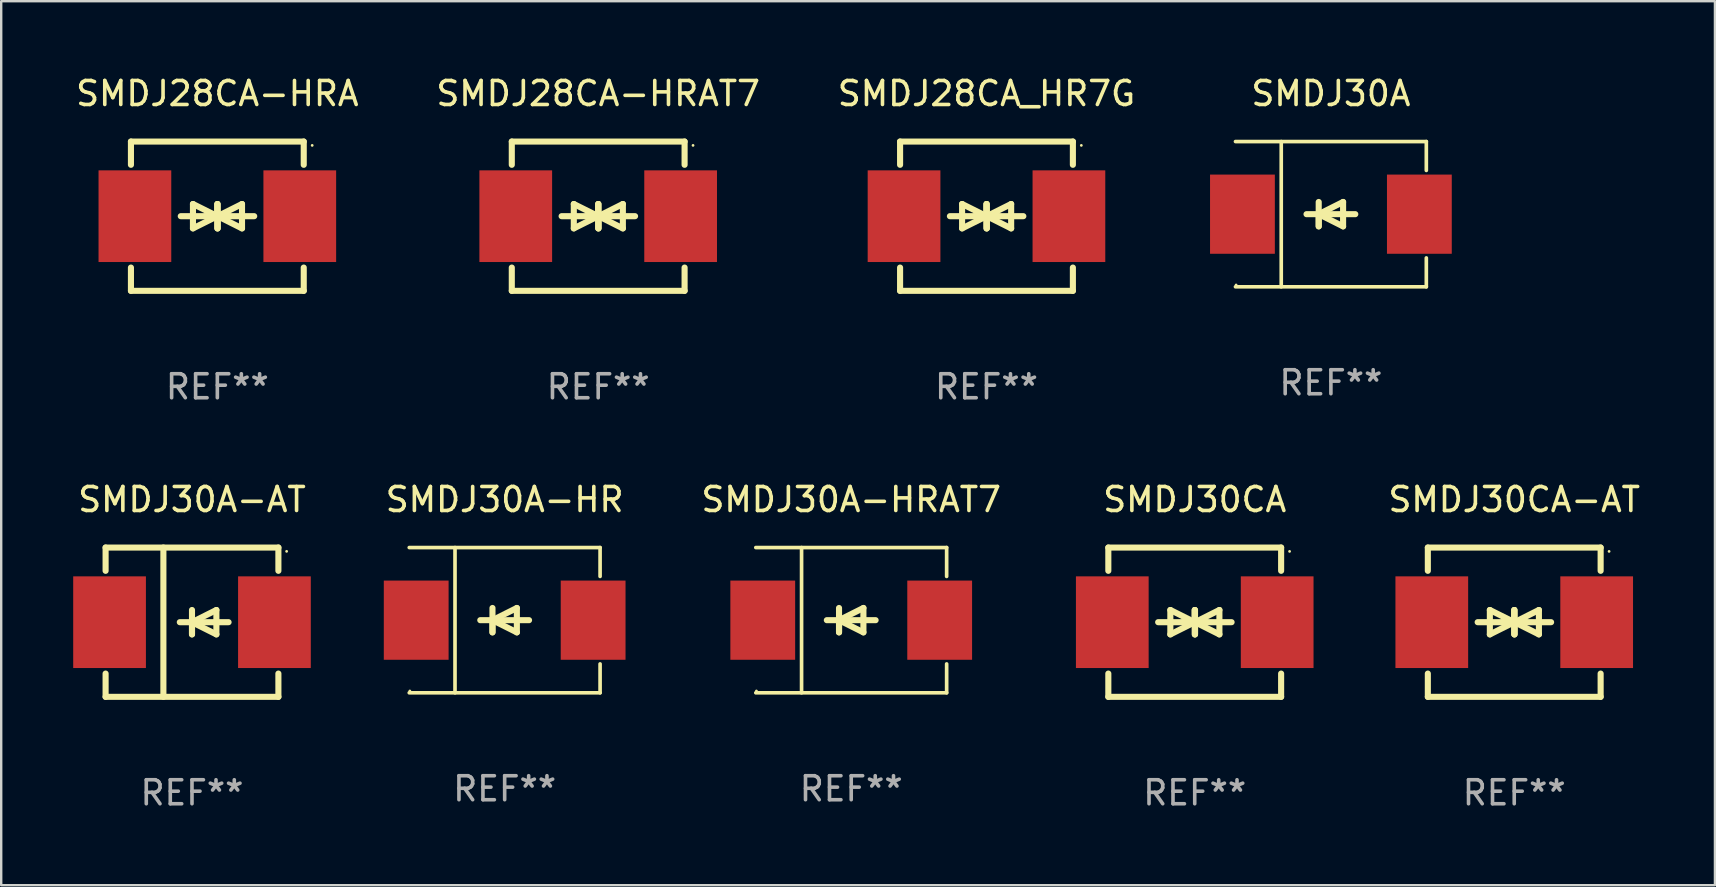
<source format=kicad_pcb>
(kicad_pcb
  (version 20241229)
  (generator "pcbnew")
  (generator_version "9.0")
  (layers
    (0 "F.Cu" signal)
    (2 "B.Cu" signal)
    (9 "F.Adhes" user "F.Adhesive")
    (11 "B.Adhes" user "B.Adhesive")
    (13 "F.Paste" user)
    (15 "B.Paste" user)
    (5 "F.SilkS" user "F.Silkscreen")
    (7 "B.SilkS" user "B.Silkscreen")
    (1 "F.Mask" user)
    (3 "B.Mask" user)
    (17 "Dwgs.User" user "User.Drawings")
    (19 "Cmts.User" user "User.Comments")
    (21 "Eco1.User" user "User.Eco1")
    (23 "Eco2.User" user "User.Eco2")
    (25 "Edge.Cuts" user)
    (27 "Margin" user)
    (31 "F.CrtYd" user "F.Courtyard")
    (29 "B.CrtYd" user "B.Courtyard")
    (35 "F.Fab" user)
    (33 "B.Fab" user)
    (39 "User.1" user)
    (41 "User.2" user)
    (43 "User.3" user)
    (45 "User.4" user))
  (footprint "SMDJ30A-AT"
    (layer "F.Cu")
    (at 4.95 22.875)
    (property "Reference" "SMDJ30A-AT" (at 0 -5.11 0) (layer "F.SilkS") (effects (font (size 1 1) (thickness 0.15))))
    (attr through_hole)
    (fp_line (start -3.6 -3.11) (end -3.6 -2.141) (stroke (width 0.254) (type solid)) (layer "F.SilkS"))
    (fp_line (start -3.6 -3.11) (end 3.6 -3.11) (stroke (width 0.254) (type solid)) (layer "F.SilkS"))
    (fp_line (start -3.6 2.141) (end -3.6 3.11) (stroke (width 0.254) (type solid)) (layer "F.SilkS"))
    (fp_line (start -3.6 3.11) (end 3.6 3.11) (stroke (width 0.254) (type solid)) (layer "F.SilkS"))
    (fp_line (start -1.192 -3.11) (end -1.192 3.11) (stroke (width 0.254) (type solid)) (layer "F.SilkS"))
    (fp_line (start 0 0) (end 0 0.508) (stroke (width 0.254) (type solid)) (layer "F.SilkS"))
    (fp_line (start 0 0) (end 1.016 0.508) (stroke (width 0.254) (type solid)) (layer "F.SilkS"))
    (fp_line (start 0 0.508) (end 0 -0.508) (stroke (width 0.254) (type solid)) (layer "F.SilkS"))
    (fp_line (start 1.016 -0.508) (end 0 0) (stroke (width 0.254) (type solid)) (layer "F.SilkS"))
    (fp_line (start 1.016 0.508) (end 1.016 -0.508) (stroke (width 0.254) (type solid)) (layer "F.SilkS"))
    (fp_line (start 1.524 0) (end -0.508 0) (stroke (width 0.254) (type solid)) (layer "F.SilkS"))
    (fp_line (start 3.6 -3.11) (end 3.6 -2.141) (stroke (width 0.254) (type solid)) (layer "F.SilkS"))
    (fp_line (start 3.6 2.141) (end 3.6 3.11) (stroke (width 0.254) (type solid)) (layer "F.SilkS"))
    (fp_circle (center 3.943 -2.952) (end 3.973 -2.952) (stroke (width 0.06) (type solid)) (fill no) (layer "F.SilkS"))
    (fp_text user "REF**" (at 0 7.11 0) (layer "F.Fab") (effects (font (size 1 1) (thickness 0.15))))
    (pad "1" smd rect (at 3.435 0 180) (size 3.03 3.82) (layers "F.Cu" "F.Mask" "F.Paste"))
    (pad "2" smd rect (at -3.435 0 180) (size 3.03 3.82) (layers "F.Cu" "F.Mask" "F.Paste")))
  (footprint "SMDJ30A-HRAT7"
    (layer "F.Cu")
    (at 32.418 22.791)
    (property "Reference" "SMDJ30A-HRAT7" (at 0 -5.026 0) (layer "F.SilkS") (effects (font (size 1 1) (thickness 0.15))))
    (attr through_hole)
    (fp_line (start -3.976 -3.026) (end 3.976 -3.026) (stroke (width 0.152) (type solid)) (layer "F.SilkS"))
    (fp_line (start -3.976 3.026) (end 3.976 3.026) (stroke (width 0.152) (type solid)) (layer "F.SilkS"))
    (fp_line (start -2.069 -3.026) (end -2.069 3.026) (stroke (width 0.152) (type solid)) (layer "F.SilkS"))
    (fp_line (start -0.508 0) (end -0.508 0.508) (stroke (width 0.254) (type solid)) (layer "F.SilkS"))
    (fp_line (start -0.508 0) (end 0.508 0.508) (stroke (width 0.254) (type solid)) (layer "F.SilkS"))
    (fp_line (start -0.508 0.508) (end -0.508 -0.508) (stroke (width 0.254) (type solid)) (layer "F.SilkS"))
    (fp_line (start 0.508 -0.508) (end -0.508 0) (stroke (width 0.254) (type solid)) (layer "F.SilkS"))
    (fp_line (start 0.508 0.508) (end 0.508 -0.508) (stroke (width 0.254) (type solid)) (layer "F.SilkS"))
    (fp_line (start 1.016 0) (end -1.016 0) (stroke (width 0.254) (type solid)) (layer "F.SilkS"))
    (fp_line (start 3.976 -3.026) (end 3.976 -1.823) (stroke (width 0.152) (type solid)) (layer "F.SilkS"))
    (fp_line (start 3.976 3.026) (end 3.976 1.823) (stroke (width 0.152) (type solid)) (layer "F.SilkS"))
    (fp_circle (center -3.95 2.95) (end -3.92 2.95) (stroke (width 0.06) (type solid)) (fill no) (layer "F.SilkS"))
    (fp_text user "REF**" (at 0 7.026 0) (layer "F.Fab") (effects (font (size 1 1) (thickness 0.15))))
    (pad "1" smd rect (at -3.686 0) (size 2.7 3.3) (layers "F.Cu" "F.Mask" "F.Paste"))
    (pad "2" smd rect (at 3.686 0) (size 2.7 3.3) (layers "F.Cu" "F.Mask" "F.Paste")))
  (footprint "SMDJ30CA-AT"
    (layer "F.Cu")
    (at 60.044 22.875)
    (property "Reference" "SMDJ30CA-AT" (at 0 -5.11 0) (layer "F.SilkS") (effects (font (size 1 1) (thickness 0.15))))
    (attr through_hole)
    (fp_line (start -3.6 -2.141) (end -3.6 -3.11) (stroke (width 0.254) (type solid)) (layer "F.SilkS"))
    (fp_line (start -3.6 3.11) (end -3.6 2.141) (stroke (width 0.254) (type solid)) (layer "F.SilkS"))
    (fp_line (start -1.524 0) (end 0.508 0) (stroke (width 0.254) (type solid)) (layer "F.SilkS"))
    (fp_line (start -1.016 -0.508) (end -1.016 0.508) (stroke (width 0.254) (type solid)) (layer "F.SilkS"))
    (fp_line (start -1.016 0.508) (end 0 0) (stroke (width 0.254) (type solid)) (layer "F.SilkS"))
    (fp_line (start 0 -0.508) (end 0 0.508) (stroke (width 0.254) (type solid)) (layer "F.SilkS"))
    (fp_line (start 0 0) (end -1.016 -0.508) (stroke (width 0.254) (type solid)) (layer "F.SilkS"))
    (fp_line (start 0 0) (end 0 -0.508) (stroke (width 0.254) (type solid)) (layer "F.SilkS"))
    (fp_line (start 0.012 0) (end 0.012 0.508) (stroke (width 0.254) (type solid)) (layer "F.SilkS"))
    (fp_line (start 0.012 0) (end 1.028 0.508) (stroke (width 0.254) (type solid)) (layer "F.SilkS"))
    (fp_line (start 0.012 0.508) (end 0.012 -0.508) (stroke (width 0.254) (type solid)) (layer "F.SilkS"))
    (fp_line (start 1.028 -0.508) (end 0.012 0) (stroke (width 0.254) (type solid)) (layer "F.SilkS"))
    (fp_line (start 1.028 0.508) (end 1.028 -0.508) (stroke (width 0.254) (type solid)) (layer "F.SilkS"))
    (fp_line (start 1.536 0) (end -0.496 0) (stroke (width 0.254) (type solid)) (layer "F.SilkS"))
    (fp_line (start 3.6 -3.11) (end -3.6 -3.11) (stroke (width 0.254) (type solid)) (layer "F.SilkS"))
    (fp_line (start 3.6 -2.141) (end 3.6 -3.11) (stroke (width 0.254) (type solid)) (layer "F.SilkS"))
    (fp_line (start 3.6 3.11) (end -3.6 3.11) (stroke (width 0.254) (type solid)) (layer "F.SilkS"))
    (fp_line (start 3.6 3.11) (end 3.6 2.141) (stroke (width 0.254) (type solid)) (layer "F.SilkS"))
    (fp_circle (center 3.952 -2.95) (end 3.982 -2.95) (stroke (width 0.06) (type solid)) (fill no) (layer "F.SilkS"))
    (fp_text user "REF**" (at 0 7.11 0) (layer "F.Fab") (effects (font (size 1 1) (thickness 0.15))))
    (pad "1" smd rect (at 3.435 0) (size 3.03 3.82) (layers "F.Cu" "F.Mask" "F.Paste"))
    (pad "2" smd rect (at -3.435 0) (size 3.03 3.82) (layers "F.Cu" "F.Mask" "F.Paste")))
  (footprint "SMDJ28CA-HRA"
    (layer "F.Cu")
    (at 6.006 5.958)
    (property "Reference" "SMDJ28CA-HRA" (at 0 -5.11 0) (layer "F.SilkS") (effects (font (size 1 1) (thickness 0.15))))
    (attr through_hole)
    (fp_line (start -3.6 -2.141) (end -3.6 -3.11) (stroke (width 0.254) (type solid)) (layer "F.SilkS"))
    (fp_line (start -3.6 3.11) (end -3.6 2.141) (stroke (width 0.254) (type solid)) (layer "F.SilkS"))
    (fp_line (start -1.524 0) (end 0.508 0) (stroke (width 0.254) (type solid)) (layer "F.SilkS"))
    (fp_line (start -1.016 -0.508) (end -1.016 0.508) (stroke (width 0.254) (type solid)) (layer "F.SilkS"))
    (fp_line (start -1.016 0.508) (end 0 0) (stroke (width 0.254) (type solid)) (layer "F.SilkS"))
    (fp_line (start 0 -0.508) (end 0 0.508) (stroke (width 0.254) (type solid)) (layer "F.SilkS"))
    (fp_line (start 0 0) (end -1.016 -0.508) (stroke (width 0.254) (type solid)) (layer "F.SilkS"))
    (fp_line (start 0 0) (end 0 -0.508) (stroke (width 0.254) (type solid)) (layer "F.SilkS"))
    (fp_line (start 0.012 0) (end 0.012 0.508) (stroke (width 0.254) (type solid)) (layer "F.SilkS"))
    (fp_line (start 0.012 0) (end 1.028 0.508) (stroke (width 0.254) (type solid)) (layer "F.SilkS"))
    (fp_line (start 0.012 0.508) (end 0.012 -0.508) (stroke (width 0.254) (type solid)) (layer "F.SilkS"))
    (fp_line (start 1.028 -0.508) (end 0.012 0) (stroke (width 0.254) (type solid)) (layer "F.SilkS"))
    (fp_line (start 1.028 0.508) (end 1.028 -0.508) (stroke (width 0.254) (type solid)) (layer "F.SilkS"))
    (fp_line (start 1.536 0) (end -0.496 0) (stroke (width 0.254) (type solid)) (layer "F.SilkS"))
    (fp_line (start 3.6 -3.11) (end -3.6 -3.11) (stroke (width 0.254) (type solid)) (layer "F.SilkS"))
    (fp_line (start 3.6 -2.141) (end 3.6 -3.11) (stroke (width 0.254) (type solid)) (layer "F.SilkS"))
    (fp_line (start 3.6 3.11) (end -3.6 3.11) (stroke (width 0.254) (type solid)) (layer "F.SilkS"))
    (fp_line (start 3.6 3.11) (end 3.6 2.141) (stroke (width 0.254) (type solid)) (layer "F.SilkS"))
    (fp_circle (center 3.952 -2.95) (end 3.982 -2.95) (stroke (width 0.06) (type solid)) (fill no) (layer "F.SilkS"))
    (fp_text user "REF**" (at 0 7.11 0) (layer "F.Fab") (effects (font (size 1 1) (thickness 0.15))))
    (pad "1" smd rect (at 3.435 0) (size 3.03 3.82) (layers "F.Cu" "F.Mask" "F.Paste"))
    (pad "2" smd rect (at -3.435 0) (size 3.03 3.82) (layers "F.Cu" "F.Mask" "F.Paste")))
  (footprint "SMDJ30A"
    (layer "F.Cu")
    (at 52.405 5.874)
    (property "Reference" "SMDJ30A" (at 0 -5.026 0) (layer "F.SilkS") (effects (font (size 1 1) (thickness 0.15))))
    (attr through_hole)
    (fp_line (start -3.976 -3.026) (end 3.976 -3.026) (stroke (width 0.152) (type solid)) (layer "F.SilkS"))
    (fp_line (start -3.976 3.026) (end 3.976 3.026) (stroke (width 0.152) (type solid)) (layer "F.SilkS"))
    (fp_line (start -2.069 -3.026) (end -2.069 3.026) (stroke (width 0.152) (type solid)) (layer "F.SilkS"))
    (fp_line (start -0.508 0) (end -0.508 0.508) (stroke (width 0.254) (type solid)) (layer "F.SilkS"))
    (fp_line (start -0.508 0) (end 0.508 0.508) (stroke (width 0.254) (type solid)) (layer "F.SilkS"))
    (fp_line (start -0.508 0.508) (end -0.508 -0.508) (stroke (width 0.254) (type solid)) (layer "F.SilkS"))
    (fp_line (start 0.508 -0.508) (end -0.508 0) (stroke (width 0.254) (type solid)) (layer "F.SilkS"))
    (fp_line (start 0.508 0.508) (end 0.508 -0.508) (stroke (width 0.254) (type solid)) (layer "F.SilkS"))
    (fp_line (start 1.016 0) (end -1.016 0) (stroke (width 0.254) (type solid)) (layer "F.SilkS"))
    (fp_line (start 3.976 -3.026) (end 3.976 -1.823) (stroke (width 0.152) (type solid)) (layer "F.SilkS"))
    (fp_line (start 3.976 3.026) (end 3.976 1.823) (stroke (width 0.152) (type solid)) (layer "F.SilkS"))
    (fp_circle (center -3.95 2.95) (end -3.92 2.95) (stroke (width 0.06) (type solid)) (fill no) (layer "F.SilkS"))
    (fp_text user "REF**" (at 0 7.026 0) (layer "F.Fab") (effects (font (size 1 1) (thickness 0.15))))
    (pad "1" smd rect (at -3.686 0) (size 2.7 3.3) (layers "F.Cu" "F.Mask" "F.Paste"))
    (pad "2" smd rect (at 3.686 0) (size 2.7 3.3) (layers "F.Cu" "F.Mask" "F.Paste")))
  (footprint "SMDJ28CA-HRAT7"
    (layer "F.Cu")
    (at 21.875 5.958)
    (property "Reference" "SMDJ28CA-HRAT7" (at 0 -5.11 0) (layer "F.SilkS") (effects (font (size 1 1) (thickness 0.15))))
    (attr through_hole)
    (fp_line (start -3.6 -2.141) (end -3.6 -3.11) (stroke (width 0.254) (type solid)) (layer "F.SilkS"))
    (fp_line (start -3.6 3.11) (end -3.6 2.141) (stroke (width 0.254) (type solid)) (layer "F.SilkS"))
    (fp_line (start -1.524 0) (end 0.508 0) (stroke (width 0.254) (type solid)) (layer "F.SilkS"))
    (fp_line (start -1.016 -0.508) (end -1.016 0.508) (stroke (width 0.254) (type solid)) (layer "F.SilkS"))
    (fp_line (start -1.016 0.508) (end 0 0) (stroke (width 0.254) (type solid)) (layer "F.SilkS"))
    (fp_line (start 0 -0.508) (end 0 0.508) (stroke (width 0.254) (type solid)) (layer "F.SilkS"))
    (fp_line (start 0 0) (end -1.016 -0.508) (stroke (width 0.254) (type solid)) (layer "F.SilkS"))
    (fp_line (start 0 0) (end 0 -0.508) (stroke (width 0.254) (type solid)) (layer "F.SilkS"))
    (fp_line (start 0.012 0) (end 0.012 0.508) (stroke (width 0.254) (type solid)) (layer "F.SilkS"))
    (fp_line (start 0.012 0) (end 1.028 0.508) (stroke (width 0.254) (type solid)) (layer "F.SilkS"))
    (fp_line (start 0.012 0.508) (end 0.012 -0.508) (stroke (width 0.254) (type solid)) (layer "F.SilkS"))
    (fp_line (start 1.028 -0.508) (end 0.012 0) (stroke (width 0.254) (type solid)) (layer "F.SilkS"))
    (fp_line (start 1.028 0.508) (end 1.028 -0.508) (stroke (width 0.254) (type solid)) (layer "F.SilkS"))
    (fp_line (start 1.536 0) (end -0.496 0) (stroke (width 0.254) (type solid)) (layer "F.SilkS"))
    (fp_line (start 3.6 -3.11) (end -3.6 -3.11) (stroke (width 0.254) (type solid)) (layer "F.SilkS"))
    (fp_line (start 3.6 -2.141) (end 3.6 -3.11) (stroke (width 0.254) (type solid)) (layer "F.SilkS"))
    (fp_line (start 3.6 3.11) (end -3.6 3.11) (stroke (width 0.254) (type solid)) (layer "F.SilkS"))
    (fp_line (start 3.6 3.11) (end 3.6 2.141) (stroke (width 0.254) (type solid)) (layer "F.SilkS"))
    (fp_circle (center 3.952 -2.95) (end 3.982 -2.95) (stroke (width 0.06) (type solid)) (fill no) (layer "F.SilkS"))
    (fp_text user "REF**" (at 0 7.11 0) (layer "F.Fab") (effects (font (size 1 1) (thickness 0.15))))
    (pad "1" smd rect (at 3.435 0) (size 3.03 3.82) (layers "F.Cu" "F.Mask" "F.Paste"))
    (pad "2" smd rect (at -3.435 0) (size 3.03 3.82) (layers "F.Cu" "F.Mask" "F.Paste")))
  (footprint "SMDJ30CA"
    (layer "F.Cu")
    (at 46.731 22.875)
    (property "Reference" "SMDJ30CA" (at 0 -5.11 0) (layer "F.SilkS") (effects (font (size 1 1) (thickness 0.15))))
    (attr through_hole)
    (fp_line (start -3.6 -2.141) (end -3.6 -3.11) (stroke (width 0.254) (type solid)) (layer "F.SilkS"))
    (fp_line (start -3.6 3.11) (end -3.6 2.141) (stroke (width 0.254) (type solid)) (layer "F.SilkS"))
    (fp_line (start -1.524 0) (end 0.508 0) (stroke (width 0.254) (type solid)) (layer "F.SilkS"))
    (fp_line (start -1.016 -0.508) (end -1.016 0.508) (stroke (width 0.254) (type solid)) (layer "F.SilkS"))
    (fp_line (start -1.016 0.508) (end 0 0) (stroke (width 0.254) (type solid)) (layer "F.SilkS"))
    (fp_line (start 0 -0.508) (end 0 0.508) (stroke (width 0.254) (type solid)) (layer "F.SilkS"))
    (fp_line (start 0 0) (end -1.016 -0.508) (stroke (width 0.254) (type solid)) (layer "F.SilkS"))
    (fp_line (start 0 0) (end 0 -0.508) (stroke (width 0.254) (type solid)) (layer "F.SilkS"))
    (fp_line (start 0.012 0) (end 0.012 0.508) (stroke (width 0.254) (type solid)) (layer "F.SilkS"))
    (fp_line (start 0.012 0) (end 1.028 0.508) (stroke (width 0.254) (type solid)) (layer "F.SilkS"))
    (fp_line (start 0.012 0.508) (end 0.012 -0.508) (stroke (width 0.254) (type solid)) (layer "F.SilkS"))
    (fp_line (start 1.028 -0.508) (end 0.012 0) (stroke (width 0.254) (type solid)) (layer "F.SilkS"))
    (fp_line (start 1.028 0.508) (end 1.028 -0.508) (stroke (width 0.254) (type solid)) (layer "F.SilkS"))
    (fp_line (start 1.536 0) (end -0.496 0) (stroke (width 0.254) (type solid)) (layer "F.SilkS"))
    (fp_line (start 3.6 -3.11) (end -3.6 -3.11) (stroke (width 0.254) (type solid)) (layer "F.SilkS"))
    (fp_line (start 3.6 -2.141) (end 3.6 -3.11) (stroke (width 0.254) (type solid)) (layer "F.SilkS"))
    (fp_line (start 3.6 3.11) (end -3.6 3.11) (stroke (width 0.254) (type solid)) (layer "F.SilkS"))
    (fp_line (start 3.6 3.11) (end 3.6 2.141) (stroke (width 0.254) (type solid)) (layer "F.SilkS"))
    (fp_circle (center 3.952 -2.95) (end 3.982 -2.95) (stroke (width 0.06) (type solid)) (fill no) (layer "F.SilkS"))
    (fp_text user "REF**" (at 0 7.11 0) (layer "F.Fab") (effects (font (size 1 1) (thickness 0.15))))
    (pad "1" smd rect (at 3.435 0) (size 3.03 3.82) (layers "F.Cu" "F.Mask" "F.Paste"))
    (pad "2" smd rect (at -3.435 0) (size 3.03 3.82) (layers "F.Cu" "F.Mask" "F.Paste")))
  (footprint "SMDJ28CA_HR7G"
    (layer "F.Cu")
    (at 38.054 5.958)
    (property "Reference" "SMDJ28CA_HR7G" (at 0 -5.11 0) (layer "F.SilkS") (effects (font (size 1 1) (thickness 0.15))))
    (attr through_hole)
    (fp_line (start -3.6 -2.141) (end -3.6 -3.11) (stroke (width 0.254) (type solid)) (layer "F.SilkS"))
    (fp_line (start -3.6 3.11) (end -3.6 2.141) (stroke (width 0.254) (type solid)) (layer "F.SilkS"))
    (fp_line (start -1.524 0) (end 0.508 0) (stroke (width 0.254) (type solid)) (layer "F.SilkS"))
    (fp_line (start -1.016 -0.508) (end -1.016 0.508) (stroke (width 0.254) (type solid)) (layer "F.SilkS"))
    (fp_line (start -1.016 0.508) (end 0 0) (stroke (width 0.254) (type solid)) (layer "F.SilkS"))
    (fp_line (start 0 -0.508) (end 0 0.508) (stroke (width 0.254) (type solid)) (layer "F.SilkS"))
    (fp_line (start 0 0) (end -1.016 -0.508) (stroke (width 0.254) (type solid)) (layer "F.SilkS"))
    (fp_line (start 0 0) (end 0 -0.508) (stroke (width 0.254) (type solid)) (layer "F.SilkS"))
    (fp_line (start 0.012 0) (end 0.012 0.508) (stroke (width 0.254) (type solid)) (layer "F.SilkS"))
    (fp_line (start 0.012 0) (end 1.028 0.508) (stroke (width 0.254) (type solid)) (layer "F.SilkS"))
    (fp_line (start 0.012 0.508) (end 0.012 -0.508) (stroke (width 0.254) (type solid)) (layer "F.SilkS"))
    (fp_line (start 1.028 -0.508) (end 0.012 0) (stroke (width 0.254) (type solid)) (layer "F.SilkS"))
    (fp_line (start 1.028 0.508) (end 1.028 -0.508) (stroke (width 0.254) (type solid)) (layer "F.SilkS"))
    (fp_line (start 1.536 0) (end -0.496 0) (stroke (width 0.254) (type solid)) (layer "F.SilkS"))
    (fp_line (start 3.6 -3.11) (end -3.6 -3.11) (stroke (width 0.254) (type solid)) (layer "F.SilkS"))
    (fp_line (start 3.6 -2.141) (end 3.6 -3.11) (stroke (width 0.254) (type solid)) (layer "F.SilkS"))
    (fp_line (start 3.6 3.11) (end -3.6 3.11) (stroke (width 0.254) (type solid)) (layer "F.SilkS"))
    (fp_line (start 3.6 3.11) (end 3.6 2.141) (stroke (width 0.254) (type solid)) (layer "F.SilkS"))
    (fp_circle (center 3.952 -2.95) (end 3.982 -2.95) (stroke (width 0.06) (type solid)) (fill no) (layer "F.SilkS"))
    (fp_text user "REF**" (at 0 7.11 0) (layer "F.Fab") (effects (font (size 1 1) (thickness 0.15))))
    (pad "1" smd rect (at 3.435 0) (size 3.03 3.82) (layers "F.Cu" "F.Mask" "F.Paste"))
    (pad "2" smd rect (at -3.435 0) (size 3.03 3.82) (layers "F.Cu" "F.Mask" "F.Paste")))
  (footprint "SMDJ30A-HR"
    (layer "F.Cu")
    (at 17.978 22.791)
    (property "Reference" "SMDJ30A-HR" (at 0 -5.026 0) (layer "F.SilkS") (effects (font (size 1 1) (thickness 0.15))))
    (attr through_hole)
    (fp_line (start -3.976 -3.026) (end 3.976 -3.026) (stroke (width 0.152) (type solid)) (layer "F.SilkS"))
    (fp_line (start -3.976 3.026) (end 3.976 3.026) (stroke (width 0.152) (type solid)) (layer "F.SilkS"))
    (fp_line (start -2.069 -3.026) (end -2.069 3.026) (stroke (width 0.152) (type solid)) (layer "F.SilkS"))
    (fp_line (start -0.508 0) (end -0.508 0.508) (stroke (width 0.254) (type solid)) (layer "F.SilkS"))
    (fp_line (start -0.508 0) (end 0.508 0.508) (stroke (width 0.254) (type solid)) (layer "F.SilkS"))
    (fp_line (start -0.508 0.508) (end -0.508 -0.508) (stroke (width 0.254) (type solid)) (layer "F.SilkS"))
    (fp_line (start 0.508 -0.508) (end -0.508 0) (stroke (width 0.254) (type solid)) (layer "F.SilkS"))
    (fp_line (start 0.508 0.508) (end 0.508 -0.508) (stroke (width 0.254) (type solid)) (layer "F.SilkS"))
    (fp_line (start 1.016 0) (end -1.016 0) (stroke (width 0.254) (type solid)) (layer "F.SilkS"))
    (fp_line (start 3.976 -3.026) (end 3.976 -1.823) (stroke (width 0.152) (type solid)) (layer "F.SilkS"))
    (fp_line (start 3.976 3.026) (end 3.976 1.823) (stroke (width 0.152) (type solid)) (layer "F.SilkS"))
    (fp_circle (center -3.95 2.95) (end -3.92 2.95) (stroke (width 0.06) (type solid)) (fill no) (layer "F.SilkS"))
    (fp_text user "REF**" (at 0 7.026 0) (layer "F.Fab") (effects (font (size 1 1) (thickness 0.15))))
    (pad "1" smd rect (at -3.686 0) (size 2.7 3.3) (layers "F.Cu" "F.Mask" "F.Paste"))
    (pad "2" smd rect (at 3.686 0) (size 2.7 3.3) (layers "F.Cu" "F.Mask" "F.Paste")))
  (gr_rect
    (start -3 -3)
    (end 68.407 33.833)
    (stroke (width 0.1) (type default))
    (fill no)
    (layer "Edge.Cuts")))
</source>
